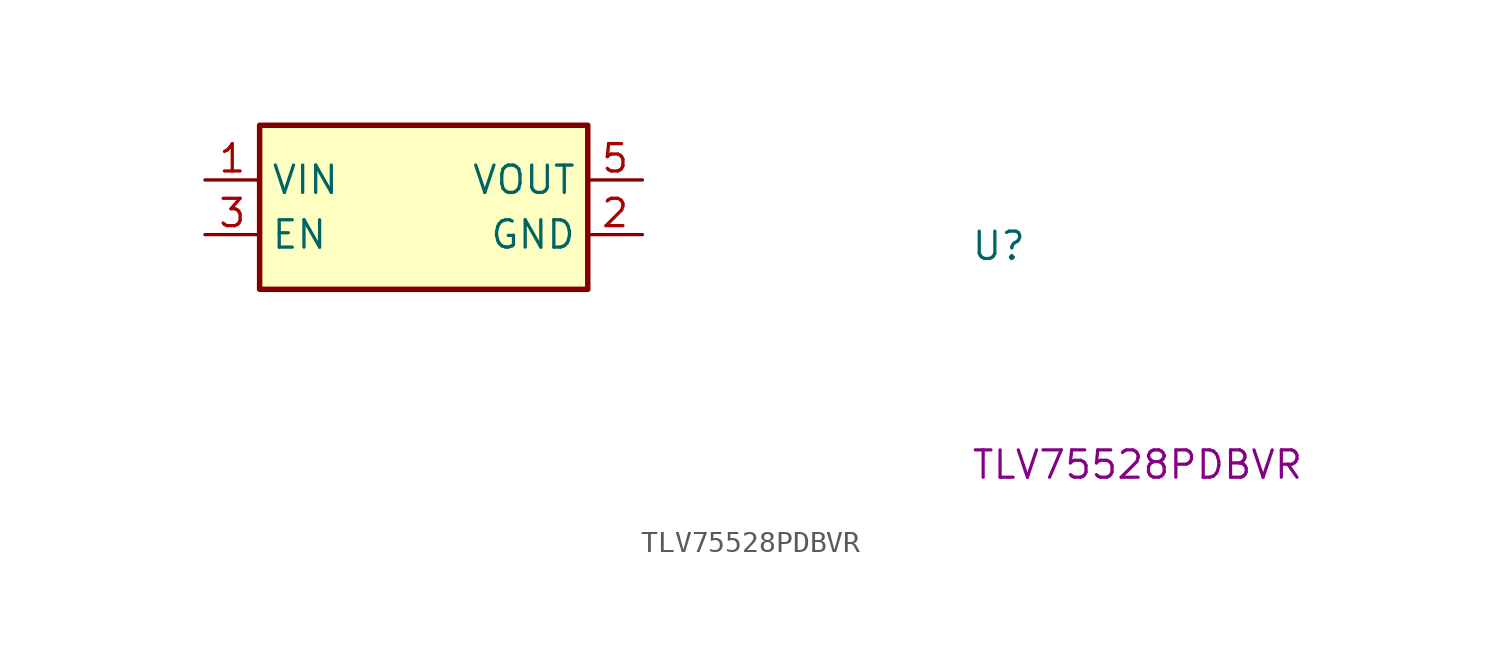
<source format=kicad_sym>
(kicad_symbol_lib
  (version 20220914)
  (generator kicad_symbol_editor)
  (symbol "TLV75528PDBVR"
    (property "Reference" "U"
      (at 35.56 -3.81 0)
      (effects (font (size 1.27 1.27) (thickness 0.15)) (justify left bottom)))
    (property "MPN" "TLV75528PDBVR"
      (at 35.56 -13.97 0)
      (effects (font (size 1.27 1.27) (thickness 0.15)) (justify left bottom)))
    (symbol "TLV75528PDBVR_1_1"
      (rectangle (start 2.54 2.54) (end 17.78 -5.08) (stroke (width 0.254) (type default)) (fill (type background)))
      (pin passive line (at 0 0 0) (length 2.54) (name "VIN" (effects (font (size 1.27 1.27)))) (number "1" (effects (font (size 1.27 1.27)))))
      (pin passive line (at 20.32 -2.54 180) (length 2.54) (name "GND" (effects (font (size 1.27 1.27)))) (number "2" (effects (font (size 1.27 1.27)))))
      (pin passive line (at 0 -2.54 0) (length 2.54) (name "EN" (effects (font (size 1.27 1.27)))) (number "3" (effects (font (size 1.27 1.27)))))
      (pin passive line (at 20.32 0 180) (length 2.54) (name "VOUT" (effects (font (size 1.27 1.27)))) (number "5" (effects (font (size 1.27 1.27))))))))
</source>
